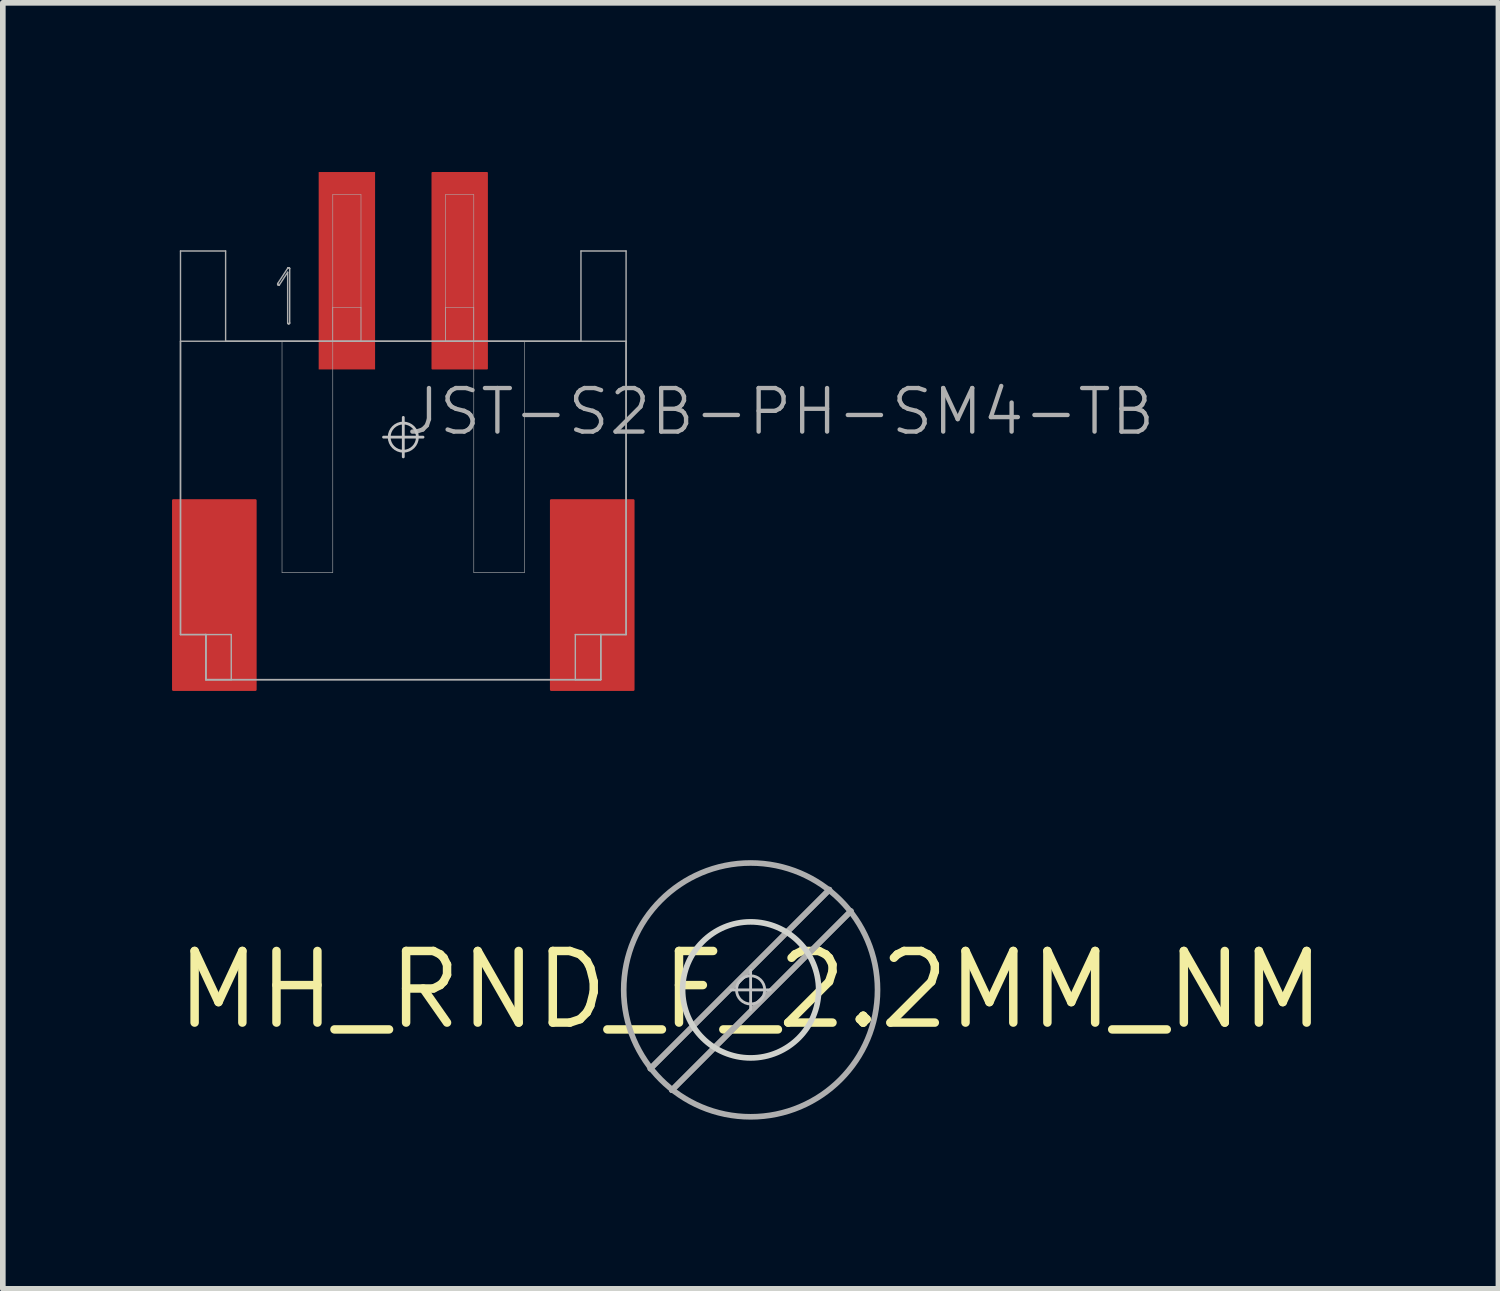
<source format=kicad_pcb>
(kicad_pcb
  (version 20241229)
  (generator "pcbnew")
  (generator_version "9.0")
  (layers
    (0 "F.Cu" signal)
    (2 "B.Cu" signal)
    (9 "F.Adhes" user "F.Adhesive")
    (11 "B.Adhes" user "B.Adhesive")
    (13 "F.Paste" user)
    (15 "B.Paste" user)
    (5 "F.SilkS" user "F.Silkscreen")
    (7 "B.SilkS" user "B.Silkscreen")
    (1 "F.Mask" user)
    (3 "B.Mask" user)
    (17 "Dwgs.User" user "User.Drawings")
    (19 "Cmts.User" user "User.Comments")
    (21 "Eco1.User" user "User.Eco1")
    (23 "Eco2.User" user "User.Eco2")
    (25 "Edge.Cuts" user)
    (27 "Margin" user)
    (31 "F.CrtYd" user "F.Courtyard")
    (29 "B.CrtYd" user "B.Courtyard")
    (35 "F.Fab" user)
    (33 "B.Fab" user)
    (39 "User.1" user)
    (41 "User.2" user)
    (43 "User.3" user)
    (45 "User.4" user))
  (footprint "JST-S2B-PH-SM4-TB"
    (layer "F.Cu")
    (at 4.1 4.7)
    (property "Reference" "JST-S2B-PH-SM4-TB" (at 0 0 0) (layer "F.Fab") (effects (font (size 0.772 0.772) (thickness 0.077)) (justify left bottom)))
    (attr through_hole)
    (fp_line (start 0 0.35) (end 0 -0.35) (stroke (width 0.05) (type solid)) (layer "Dwgs.User"))
    (fp_line (start 0.35 0) (end -0.35 0) (stroke (width 0.05) (type solid)) (layer "Dwgs.User"))
    (fp_circle (center 0 0) (end 0.25 0) (stroke (width 0.05) (type solid)) (fill no) (layer "Dwgs.User"))
    (fp_line (start -3.95 -3.3) (end -3.15 -3.3) (stroke (width 0.025) (type solid)) (layer "F.Fab"))
    (fp_line (start -3.95 -1.7) (end 3.95 -1.7) (stroke (width 0.025) (type solid)) (layer "F.Fab"))
    (fp_line (start -3.95 3.5) (end -3.95 -3.3) (stroke (width 0.025) (type solid)) (layer "F.Fab"))
    (fp_line (start -3.95 3.5) (end -3.95 -1.7) (stroke (width 0.025) (type solid)) (layer "F.Fab"))
    (fp_line (start -3.5 3.5) (end -3.95 3.5) (stroke (width 0.025) (type solid)) (layer "F.Fab"))
    (fp_line (start -3.5 3.5) (end -3.95 3.5) (stroke (width 0.025) (type solid)) (layer "F.Fab"))
    (fp_line (start -3.5 3.5) (end -3.5 4.3) (stroke (width 0.025) (type solid)) (layer "F.Fab"))
    (fp_line (start -3.5 4.3) (end -3.5 3.5) (stroke (width 0.025) (type solid)) (layer "F.Fab"))
    (fp_line (start -3.5 4.3) (end -3.5 3.5) (stroke (width 0.025) (type solid)) (layer "F.Fab"))
    (fp_line (start -3.5 4.3) (end -3.05 4.3) (stroke (width 0.025) (type solid)) (layer "F.Fab"))
    (fp_line (start -3.15 -3.3) (end -3.15 -1.7) (stroke (width 0.025) (type solid)) (layer "F.Fab"))
    (fp_line (start -3.15 -1.7) (end 3.15 -1.7) (stroke (width 0.025) (type solid)) (layer "F.Fab"))
    (fp_line (start -3.05 3.5) (end -3.5 3.5) (stroke (width 0.025) (type solid)) (layer "F.Fab"))
    (fp_line (start -3.05 4.3) (end -3.05 3.5) (stroke (width 0.025) (type solid)) (layer "F.Fab"))
    (fp_line (start -2.228 -2.717) (end -2.228 -2.71) (stroke (width 0.025) (type solid)) (layer "F.Fab"))
    (fp_line (start -2.228 -2.71) (end -2.225 -2.704) (stroke (width 0.025) (type solid)) (layer "F.Fab"))
    (fp_line (start -2.226 -2.724) (end -2.228 -2.717) (stroke (width 0.025) (type solid)) (layer "F.Fab"))
    (fp_line (start -2.225 -2.704) (end -2.22 -2.699) (stroke (width 0.025) (type solid)) (layer "F.Fab"))
    (fp_line (start -2.22 -2.699) (end -2.214 -2.695) (stroke (width 0.025) (type solid)) (layer "F.Fab"))
    (fp_line (start -2.214 -2.695) (end -2.208 -2.693) (stroke (width 0.025) (type solid)) (layer "F.Fab"))
    (fp_line (start -2.208 -2.693) (end -2.202 -2.694) (stroke (width 0.025) (type solid)) (layer "F.Fab"))
    (fp_line (start -2.202 -2.694) (end -2.197 -2.699) (stroke (width 0.025) (type solid)) (layer "F.Fab"))
    (fp_line (start -2.197 -2.699) (end -2.05 -2.924) (stroke (width 0.025) (type solid)) (layer "F.Fab"))
    (fp_line (start -2.15 -1.7) (end -2.15 2.4) (stroke (width 0.01) (type solid)) (layer "F.Fab"))
    (fp_line (start -2.15 2.4) (end -1.25 2.4) (stroke (width 0.01) (type solid)) (layer "F.Fab"))
    (fp_line (start -2.05 -2.924) (end -2.05 -2.026) (stroke (width 0.025) (type solid)) (layer "F.Fab"))
    (fp_line (start -2.05 -2.026) (end -2.049 -2.019) (stroke (width 0.025) (type solid)) (layer "F.Fab"))
    (fp_line (start -2.049 -2.019) (end -2.044 -2.013) (stroke (width 0.025) (type solid)) (layer "F.Fab"))
    (fp_line (start -2.047 -2.998) (end -2.226 -2.724) (stroke (width 0.025) (type solid)) (layer "F.Fab"))
    (fp_line (start -2.044 -2.013) (end -2.038 -2.01) (stroke (width 0.025) (type solid)) (layer "F.Fab"))
    (fp_line (start -2.043 -3.002) (end -2.047 -2.998) (stroke (width 0.025) (type solid)) (layer "F.Fab"))
    (fp_line (start -2.039 -3.004) (end -2.043 -3.002) (stroke (width 0.025) (type solid)) (layer "F.Fab"))
    (fp_line (start -2.038 -2.01) (end -2.033 -2.009) (stroke (width 0.025) (type solid)) (layer "F.Fab"))
    (fp_line (start -2.035 -3.004) (end -2.039 -3.004) (stroke (width 0.025) (type solid)) (layer "F.Fab"))
    (fp_line (start -2.033 -2.009) (end -2.026 -2.01) (stroke (width 0.025) (type solid)) (layer "F.Fab"))
    (fp_line (start -2.03 -3.002) (end -2.035 -3.004) (stroke (width 0.025) (type solid)) (layer "F.Fab"))
    (fp_line (start -2.026 -2.01) (end -2.02 -2.013) (stroke (width 0.025) (type solid)) (layer "F.Fab"))
    (fp_line (start -2.023 -3.001) (end -2.03 -3.002) (stroke (width 0.025) (type solid)) (layer "F.Fab"))
    (fp_line (start -2.02 -2.013) (end -2.015 -2.019) (stroke (width 0.025) (type solid)) (layer "F.Fab"))
    (fp_line (start -2.018 -2.998) (end -2.023 -3.001) (stroke (width 0.025) (type solid)) (layer "F.Fab"))
    (fp_line (start -2.015 -2.993) (end -2.018 -2.998) (stroke (width 0.025) (type solid)) (layer "F.Fab"))
    (fp_line (start -2.015 -2.019) (end -2.014 -2.026) (stroke (width 0.025) (type solid)) (layer "F.Fab"))
    (fp_line (start -2.014 -2.986) (end -2.015 -2.993) (stroke (width 0.025) (type solid)) (layer "F.Fab"))
    (fp_line (start -2.014 -2.026) (end -2.014 -2.986) (stroke (width 0.025) (type solid)) (layer "F.Fab"))
    (fp_line (start -1.25 -4.3) (end -1.25 -1.7) (stroke (width 0.01) (type solid)) (layer "F.Fab"))
    (fp_line (start -1.25 -2.3) (end -1.25 -1.7) (stroke (width 0.01) (type solid)) (layer "F.Fab"))
    (fp_line (start -1.25 -1.7) (end -2.15 -1.7) (stroke (width 0.01) (type solid)) (layer "F.Fab"))
    (fp_line (start -1.25 -1.7) (end -0.75 -1.7) (stroke (width 0.01) (type solid)) (layer "F.Fab"))
    (fp_line (start -1.25 -1.7) (end -0.75 -1.7) (stroke (width 0.01) (type solid)) (layer "F.Fab"))
    (fp_line (start -1.25 2.4) (end -1.25 -1.7) (stroke (width 0.01) (type solid)) (layer "F.Fab"))
    (fp_line (start -0.75 -4.3) (end -1.25 -4.3) (stroke (width 0.01) (type solid)) (layer "F.Fab"))
    (fp_line (start -0.75 -2.3) (end -1.25 -2.3) (stroke (width 0.01) (type solid)) (layer "F.Fab"))
    (fp_line (start -0.75 -1.7) (end -0.75 -4.3) (stroke (width 0.01) (type solid)) (layer "F.Fab"))
    (fp_line (start -0.75 -1.7) (end -0.75 -2.3) (stroke (width 0.01) (type solid)) (layer "F.Fab"))
    (fp_line (start 0.75 -4.3) (end 0.75 -1.7) (stroke (width 0.01) (type solid)) (layer "F.Fab"))
    (fp_line (start 0.75 -2.3) (end 0.75 -1.7) (stroke (width 0.01) (type solid)) (layer "F.Fab"))
    (fp_line (start 0.75 -1.7) (end 1.25 -1.7) (stroke (width 0.01) (type solid)) (layer "F.Fab"))
    (fp_line (start 0.75 -1.7) (end 1.25 -1.7) (stroke (width 0.01) (type solid)) (layer "F.Fab"))
    (fp_line (start 1.25 -4.3) (end 0.75 -4.3) (stroke (width 0.01) (type solid)) (layer "F.Fab"))
    (fp_line (start 1.25 -2.3) (end 0.75 -2.3) (stroke (width 0.01) (type solid)) (layer "F.Fab"))
    (fp_line (start 1.25 -1.7) (end 1.25 -4.3) (stroke (width 0.01) (type solid)) (layer "F.Fab"))
    (fp_line (start 1.25 -1.7) (end 1.25 -2.3) (stroke (width 0.01) (type solid)) (layer "F.Fab"))
    (fp_line (start 1.25 -1.7) (end 1.25 2.4) (stroke (width 0.01) (type solid)) (layer "F.Fab"))
    (fp_line (start 1.25 2.4) (end 2.15 2.4) (stroke (width 0.01) (type solid)) (layer "F.Fab"))
    (fp_line (start 2.15 -1.7) (end 1.25 -1.7) (stroke (width 0.01) (type solid)) (layer "F.Fab"))
    (fp_line (start 2.15 2.4) (end 2.15 -1.7) (stroke (width 0.01) (type solid)) (layer "F.Fab"))
    (fp_line (start 3.05 3.5) (end 3.05 4.3) (stroke (width 0.025) (type solid)) (layer "F.Fab"))
    (fp_line (start 3.05 4.3) (end 3.5 4.3) (stroke (width 0.025) (type solid)) (layer "F.Fab"))
    (fp_line (start 3.15 -3.3) (end 3.95 -3.3) (stroke (width 0.025) (type solid)) (layer "F.Fab"))
    (fp_line (start 3.15 -1.7) (end 3.15 -3.3) (stroke (width 0.025) (type solid)) (layer "F.Fab"))
    (fp_line (start 3.5 3.5) (end 3.05 3.5) (stroke (width 0.025) (type solid)) (layer "F.Fab"))
    (fp_line (start 3.5 3.5) (end 3.5 4.3) (stroke (width 0.025) (type solid)) (layer "F.Fab"))
    (fp_line (start 3.5 3.5) (end 3.5 4.3) (stroke (width 0.025) (type solid)) (layer "F.Fab"))
    (fp_line (start 3.5 4.3) (end -3.5 4.3) (stroke (width 0.025) (type solid)) (layer "F.Fab"))
    (fp_line (start 3.5 4.3) (end -3.5 4.3) (stroke (width 0.025) (type solid)) (layer "F.Fab"))
    (fp_line (start 3.5 4.3) (end 3.5 3.5) (stroke (width 0.025) (type solid)) (layer "F.Fab"))
    (fp_line (start 3.95 -3.3) (end 3.95 3.5) (stroke (width 0.025) (type solid)) (layer "F.Fab"))
    (fp_line (start 3.95 -1.7) (end 3.95 3.5) (stroke (width 0.025) (type solid)) (layer "F.Fab"))
    (fp_line (start 3.95 3.5) (end 3.5 3.5) (stroke (width 0.025) (type solid)) (layer "F.Fab"))
    (fp_line (start 3.95 3.5) (end 3.5 3.5) (stroke (width 0.025) (type solid)) (layer "F.Fab"))
    (pad "1" smd rect (at -1 -2.95) (size 1 3.5) (layers "F.Cu" "F.Mask" "F.Paste"))
    (pad "2" smd roundrect (at 1 -2.95) (size 1 3.5) (layers "F.Cu" "F.Mask" "F.Paste") (roundrect_rratio 0.015))
    (pad "3" smd roundrect (at 3.35 2.8) (size 1.5 3.4) (layers "F.Cu" "F.Mask" "F.Paste") (roundrect_rratio 0.015))
    (pad "4" smd roundrect (at -3.35 2.8) (size 1.5 3.4) (layers "F.Cu" "F.Mask" "F.Paste") (roundrect_rratio 0.015)))
  (footprint "MH_RND_F_2.2MM_NM"
    (layer "F.Cu")
    (at 10.258 14.5)
    (property "Reference" "MH_RND_F_2.2MM_NM" (at 0 0 0) (layer "F.SilkS") (effects (font (size 1.27 1.27) (thickness 0.15))))
    (attr through_hole)
    (fp_poly (pts (xy -1.206 0) (xy -1.183 0.235) (xy -1.115 0.462) (xy -1.003 0.67) (xy -0.853 0.853) (xy -0.67 1.003) (xy -0.462 1.115) (xy 0 1.206) (xy 0.235 1.183) (xy 0.462 1.115) (xy 0.67 1.003) (xy 0.853 0.853) (xy 1.003 0.67) (xy 1.115 0.462) (xy 1.206 0) (xy 1.183 -0.235) (xy 1.115 -0.462) (xy 1.003 -0.67) (xy 0.853 -0.853) (xy 0.67 -1.003) (xy 0.462 -1.115) (xy 0 -1.206) (xy -0.235 -1.183) (xy -0.462 -1.115) (xy -0.67 -1.003) (xy -0.853 -0.853) (xy -1.003 -0.67) (xy -1.115 -0.462)) (stroke (width 0) (type solid)) (fill yes) (layer "F.Mask"))
    (fp_poly (pts (xy -1.206 0) (xy -1.183 0.235) (xy -1.115 0.462) (xy -1.003 0.67) (xy -0.853 0.853) (xy -0.67 1.003) (xy -0.462 1.115) (xy 0 1.206) (xy 0.235 1.183) (xy 0.462 1.115) (xy 0.67 1.003) (xy 0.853 0.853) (xy 1.003 0.67) (xy 1.115 0.462) (xy 1.206 0) (xy 1.183 -0.235) (xy 1.115 -0.462) (xy 1.003 -0.67) (xy 0.853 -0.853) (xy 0.67 -1.003) (xy 0.462 -1.115) (xy 0 -1.206) (xy -0.235 -1.183) (xy -0.462 -1.115) (xy -0.67 -1.003) (xy -0.853 -0.853) (xy -1.003 -0.67) (xy -1.115 -0.462)) (stroke (width 0) (type solid)) (fill yes) (layer "B.Mask"))
    (fp_line (start -0.35 0) (end 0.35 0) (stroke (width 0.05) (type solid)) (layer "Dwgs.User"))
    (fp_line (start 0 0.35) (end 0 -0.35) (stroke (width 0.05) (type solid)) (layer "Dwgs.User"))
    (fp_circle (center 0 0) (end 0.25 0) (stroke (width 0.05) (type solid)) (fill no) (layer "Dwgs.User"))
    (fp_circle (center 0 0) (end 1.206 0) (stroke (width 0.1) (type solid)) (fill no) (layer "Edge.Cuts"))
    (fp_line (start -1.778 1.397) (end 1.397 -1.778) (stroke (width 0.1) (type solid)) (layer "F.Fab"))
    (fp_line (start -1.778 1.397) (end 1.397 -1.778) (stroke (width 0.1) (type solid)) (layer "F.Fab"))
    (fp_line (start -1.397 1.778) (end 1.778 -1.397) (stroke (width 0.1) (type solid)) (layer "F.Fab"))
    (fp_line (start -1.397 1.778) (end 1.778 -1.397) (stroke (width 0.1) (type solid)) (layer "F.Fab"))
    (fp_circle (center 0 0) (end 2.25 0) (stroke (width 0.1) (type solid)) (fill no) (layer "F.Fab")))
  (gr_rect
    (start -3 -3)
    (end 23.516 19.8)
    (stroke (width 0.1) (type default))
    (fill no)
    (layer "Edge.Cuts")))
</source>
